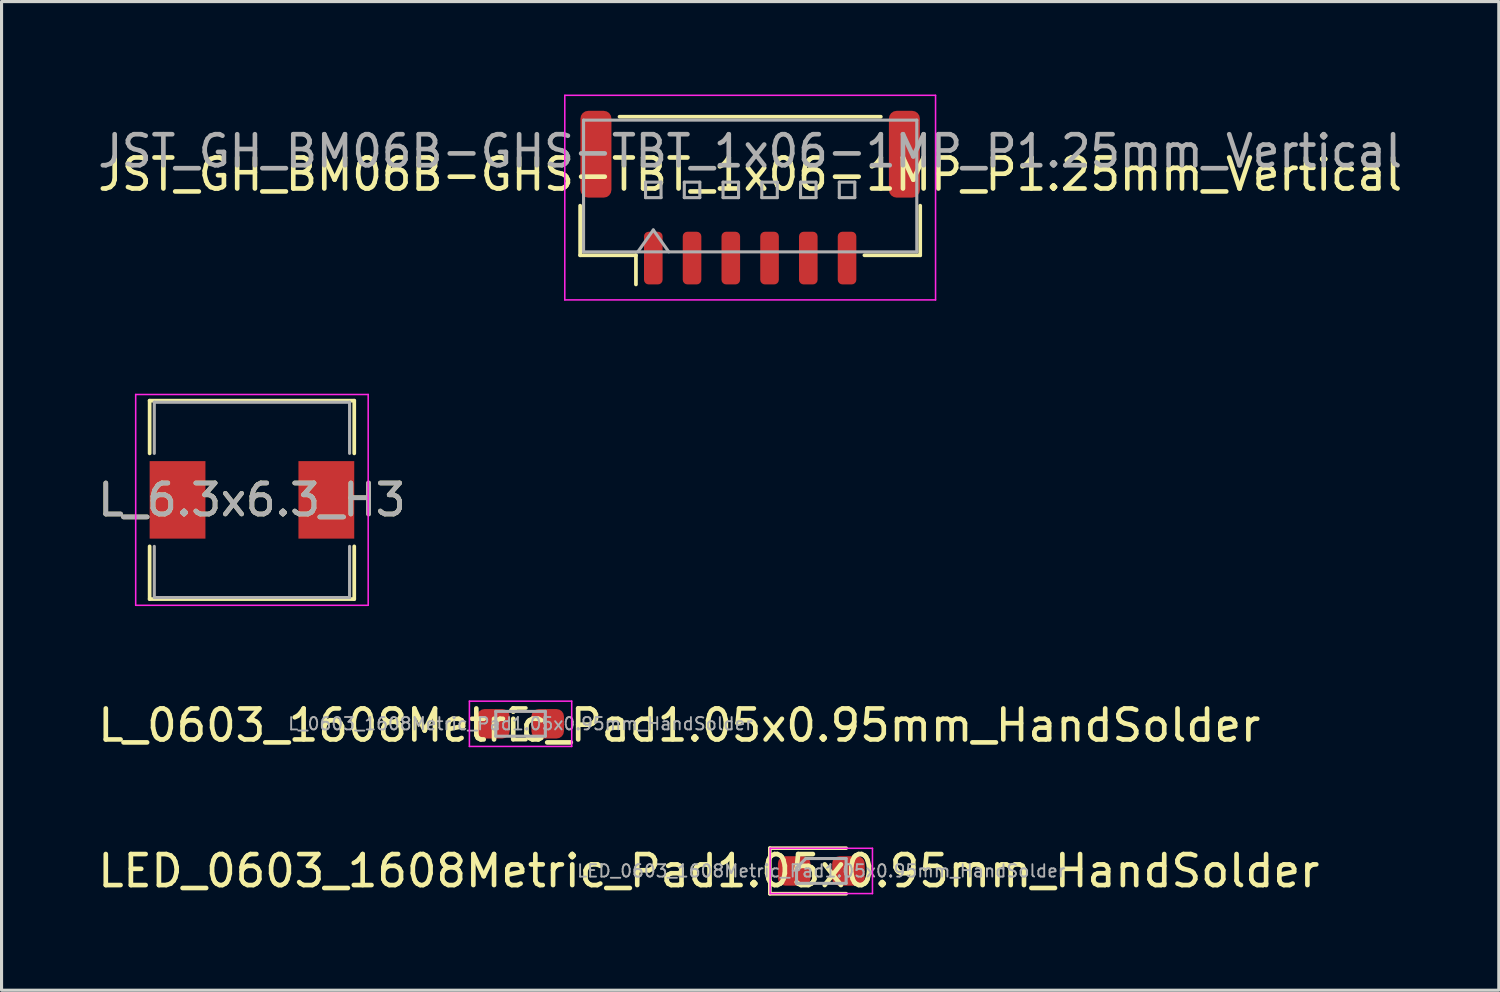
<source format=kicad_pcb>
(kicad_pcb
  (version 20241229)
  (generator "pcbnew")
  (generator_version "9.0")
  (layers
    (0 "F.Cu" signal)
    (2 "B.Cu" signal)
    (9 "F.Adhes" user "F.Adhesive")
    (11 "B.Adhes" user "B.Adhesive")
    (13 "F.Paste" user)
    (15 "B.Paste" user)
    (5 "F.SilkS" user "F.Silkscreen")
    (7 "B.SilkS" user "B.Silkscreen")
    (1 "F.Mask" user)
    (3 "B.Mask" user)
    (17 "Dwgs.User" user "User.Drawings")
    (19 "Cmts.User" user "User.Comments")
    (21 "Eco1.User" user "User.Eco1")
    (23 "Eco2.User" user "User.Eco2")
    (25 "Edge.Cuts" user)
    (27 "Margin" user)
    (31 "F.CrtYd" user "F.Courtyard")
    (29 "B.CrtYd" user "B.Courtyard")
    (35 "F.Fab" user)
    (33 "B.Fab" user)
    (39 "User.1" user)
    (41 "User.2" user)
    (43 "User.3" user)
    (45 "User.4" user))
  (footprint "JST_GH_BM06B-GHS-TBT_1x06-1MP_P1.25mm_Vertical"
    (layer "F.Cu")
    (at 21.149 3.325)
    (property "Reference" "JST_GH_BM06B-GHS-TBT_1x06-1MP_P1.25mm_Vertical" (at 0 -0.75 180) (layer "F.SilkS") (effects (font (size 1 1) (thickness 0.15))))
    (attr smd)
    (fp_line (start -5.485 0.26) (end -5.485 1.86) (stroke (width 0.12) (type solid)) (layer "F.SilkS"))
    (fp_line (start -5.485 1.86) (end -3.685 1.86) (stroke (width 0.12) (type solid)) (layer "F.SilkS"))
    (fp_line (start -4.215 -2.61) (end 4.215 -2.61) (stroke (width 0.12) (type solid)) (layer "F.SilkS"))
    (fp_line (start -3.685 1.86) (end -3.685 2.8) (stroke (width 0.12) (type solid)) (layer "F.SilkS"))
    (fp_line (start 5.485 0.26) (end 5.485 1.86) (stroke (width 0.12) (type solid)) (layer "F.SilkS"))
    (fp_line (start 5.485 1.86) (end 3.685 1.86) (stroke (width 0.12) (type solid)) (layer "F.SilkS"))
    (fp_line (start -5.98 -3.3) (end -5.98 3.3) (stroke (width 0.05) (type solid)) (layer "F.CrtYd"))
    (fp_line (start -5.98 3.3) (end 5.98 3.3) (stroke (width 0.05) (type solid)) (layer "F.CrtYd"))
    (fp_line (start 5.98 -3.3) (end -5.98 -3.3) (stroke (width 0.05) (type solid)) (layer "F.CrtYd"))
    (fp_line (start 5.98 3.3) (end 5.98 -3.3) (stroke (width 0.05) (type solid)) (layer "F.CrtYd"))
    (fp_line (start -5.375 -2.5) (end 5.375 -2.5) (stroke (width 0.1) (type solid)) (layer "F.Fab"))
    (fp_line (start -5.375 1.75) (end -5.375 -2.5) (stroke (width 0.1) (type solid)) (layer "F.Fab"))
    (fp_line (start -5.375 1.75) (end 5.375 1.75) (stroke (width 0.1) (type solid)) (layer "F.Fab"))
    (fp_line (start -3.625 1.75) (end -3.125 1.043) (stroke (width 0.1) (type solid)) (layer "F.Fab"))
    (fp_line (start -3.375 -0.5) (end -3.375 0) (stroke (width 0.1) (type solid)) (layer "F.Fab"))
    (fp_line (start -3.375 0) (end -2.875 0) (stroke (width 0.1) (type solid)) (layer "F.Fab"))
    (fp_line (start -3.125 1.043) (end -2.625 1.75) (stroke (width 0.1) (type solid)) (layer "F.Fab"))
    (fp_line (start -2.875 -0.5) (end -3.375 -0.5) (stroke (width 0.1) (type solid)) (layer "F.Fab"))
    (fp_line (start -2.875 0) (end -2.875 -0.5) (stroke (width 0.1) (type solid)) (layer "F.Fab"))
    (fp_line (start -2.125 -0.5) (end -2.125 0) (stroke (width 0.1) (type solid)) (layer "F.Fab"))
    (fp_line (start -2.125 0) (end -1.625 0) (stroke (width 0.1) (type solid)) (layer "F.Fab"))
    (fp_line (start -1.625 -0.5) (end -2.125 -0.5) (stroke (width 0.1) (type solid)) (layer "F.Fab"))
    (fp_line (start -1.625 0) (end -1.625 -0.5) (stroke (width 0.1) (type solid)) (layer "F.Fab"))
    (fp_line (start -0.875 -0.5) (end -0.875 0) (stroke (width 0.1) (type solid)) (layer "F.Fab"))
    (fp_line (start -0.875 0) (end -0.375 0) (stroke (width 0.1) (type solid)) (layer "F.Fab"))
    (fp_line (start -0.375 -0.5) (end -0.875 -0.5) (stroke (width 0.1) (type solid)) (layer "F.Fab"))
    (fp_line (start -0.375 0) (end -0.375 -0.5) (stroke (width 0.1) (type solid)) (layer "F.Fab"))
    (fp_line (start 0.375 -0.5) (end 0.375 0) (stroke (width 0.1) (type solid)) (layer "F.Fab"))
    (fp_line (start 0.375 0) (end 0.875 0) (stroke (width 0.1) (type solid)) (layer "F.Fab"))
    (fp_line (start 0.875 -0.5) (end 0.375 -0.5) (stroke (width 0.1) (type solid)) (layer "F.Fab"))
    (fp_line (start 0.875 0) (end 0.875 -0.5) (stroke (width 0.1) (type solid)) (layer "F.Fab"))
    (fp_line (start 1.625 -0.5) (end 1.625 0) (stroke (width 0.1) (type solid)) (layer "F.Fab"))
    (fp_line (start 1.625 0) (end 2.125 0) (stroke (width 0.1) (type solid)) (layer "F.Fab"))
    (fp_line (start 2.125 -0.5) (end 1.625 -0.5) (stroke (width 0.1) (type solid)) (layer "F.Fab"))
    (fp_line (start 2.125 0) (end 2.125 -0.5) (stroke (width 0.1) (type solid)) (layer "F.Fab"))
    (fp_line (start 2.875 -0.5) (end 2.875 0) (stroke (width 0.1) (type solid)) (layer "F.Fab"))
    (fp_line (start 2.875 0) (end 3.375 0) (stroke (width 0.1) (type solid)) (layer "F.Fab"))
    (fp_line (start 3.375 -0.5) (end 2.875 -0.5) (stroke (width 0.1) (type solid)) (layer "F.Fab"))
    (fp_line (start 3.375 0) (end 3.375 -0.5) (stroke (width 0.1) (type solid)) (layer "F.Fab"))
    (fp_line (start 5.375 1.75) (end 5.375 -2.5) (stroke (width 0.1) (type solid)) (layer "F.Fab"))
    (fp_text user "${REFERENCE}" (at 0 -1.5 180) (layer "F.Fab") (effects (font (size 1 1) (thickness 0.15))))
    (pad "1" smd roundrect (at -3.125 1.95) (size 0.6 1.7) (layers "F.Cu" "F.Mask" "F.Paste") (roundrect_rratio 0.25))
    (pad "2" smd roundrect (at -1.875 1.95) (size 0.6 1.7) (layers "F.Cu" "F.Mask" "F.Paste") (roundrect_rratio 0.25))
    (pad "3" smd roundrect (at -0.625 1.95) (size 0.6 1.7) (layers "F.Cu" "F.Mask" "F.Paste") (roundrect_rratio 0.25))
    (pad "4" smd roundrect (at 0.625 1.95) (size 0.6 1.7) (layers "F.Cu" "F.Mask" "F.Paste") (roundrect_rratio 0.25))
    (pad "5" smd roundrect (at 1.875 1.95) (size 0.6 1.7) (layers "F.Cu" "F.Mask" "F.Paste") (roundrect_rratio 0.25))
    (pad "6" smd roundrect (at 3.125 1.95) (size 0.6 1.7) (layers "F.Cu" "F.Mask" "F.Paste") (roundrect_rratio 0.25))
    (pad "MP" smd roundrect (at -4.975 -1.4) (size 1 2.8) (layers "F.Cu" "F.Mask" "F.Paste") (roundrect_rratio 0.25))
    (pad "MP" smd roundrect (at 4.975 -1.4) (size 1 2.8) (layers "F.Cu" "F.Mask" "F.Paste") (roundrect_rratio 0.25)))
  (footprint "L_0603_1608Metric_Pad1.05x0.95mm_HandSolder"
    (layer "F.Cu")
    (at 13.742 20.298)
    (property "Reference" "L_0603_1608Metric_Pad1.05x0.95mm_HandSolder" (at 5.121 0.05 0) (layer "F.SilkS") (effects (font (size 1 1) (thickness 0.15))))
    (attr smd allow_missing_courtyard)
    (fp_line (start -0.171 -0.51) (end 0.171 -0.51) (stroke (width 0.12) (type solid)) (layer "F.SilkS"))
    (fp_line (start -0.171 0.51) (end 0.171 0.51) (stroke (width 0.12) (type solid)) (layer "F.SilkS"))
    (fp_line (start -1.65 -0.73) (end 1.65 -0.73) (stroke (width 0.05) (type solid)) (layer "F.CrtYd"))
    (fp_line (start -1.65 0.73) (end -1.65 -0.73) (stroke (width 0.05) (type solid)) (layer "F.CrtYd"))
    (fp_line (start 1.65 -0.73) (end 1.65 0.73) (stroke (width 0.05) (type solid)) (layer "F.CrtYd"))
    (fp_line (start 1.65 0.73) (end -1.65 0.73) (stroke (width 0.05) (type solid)) (layer "F.CrtYd"))
    (fp_line (start -0.8 -0.4) (end 0.8 -0.4) (stroke (width 0.1) (type solid)) (layer "F.Fab"))
    (fp_line (start -0.8 0.4) (end -0.8 -0.4) (stroke (width 0.1) (type solid)) (layer "F.Fab"))
    (fp_line (start 0.8 -0.4) (end 0.8 0.4) (stroke (width 0.1) (type solid)) (layer "F.Fab"))
    (fp_line (start 0.8 0.4) (end -0.8 0.4) (stroke (width 0.1) (type solid)) (layer "F.Fab"))
    (fp_text user "${REFERENCE}" (at 0 0 0) (layer "F.Fab") (effects (font (size 0.4 0.4) (thickness 0.06))))
    (pad "1" smd roundrect (at -0.875 0) (size 1.05 0.95) (layers "F.Cu" "F.Mask" "F.Paste") (roundrect_rratio 0.25))
    (pad "2" smd roundrect (at 0.875 0) (size 1.05 0.95) (layers "F.Cu" "F.Mask" "F.Paste") (roundrect_rratio 0.25)))
  (footprint "L_6.3x6.3_H3"
    (layer "F.Cu")
    (at 5.077 13.075)
    (property "Reference" "L_6.3x6.3_H3" (at 0 0 0) (layer "F.SilkS") (effects (font (size 1 1) (thickness 0.15))))
    (attr smd allow_missing_courtyard)
    (fp_line (start -3.3 -3.2) (end 3.3 -3.2) (stroke (width 0.12) (type solid)) (layer "F.SilkS"))
    (fp_line (start -3.3 -1.5) (end -3.3 -3.2) (stroke (width 0.12) (type solid)) (layer "F.SilkS"))
    (fp_line (start -3.3 3.2) (end -3.3 1.5) (stroke (width 0.12) (type solid)) (layer "F.SilkS"))
    (fp_line (start 3.3 -3.2) (end 3.3 -1.5) (stroke (width 0.12) (type solid)) (layer "F.SilkS"))
    (fp_line (start 3.3 1.5) (end 3.3 3.2) (stroke (width 0.12) (type solid)) (layer "F.SilkS"))
    (fp_line (start 3.3 3.2) (end -3.3 3.2) (stroke (width 0.12) (type solid)) (layer "F.SilkS"))
    (fp_line (start -3.75 -3.4) (end -3.75 3.4) (stroke (width 0.05) (type solid)) (layer "F.CrtYd"))
    (fp_line (start -3.75 3.4) (end 3.75 3.4) (stroke (width 0.05) (type solid)) (layer "F.CrtYd"))
    (fp_line (start 3.75 -3.4) (end -3.75 -3.4) (stroke (width 0.05) (type solid)) (layer "F.CrtYd"))
    (fp_line (start 3.75 3.4) (end 3.75 -3.4) (stroke (width 0.05) (type solid)) (layer "F.CrtYd"))
    (fp_line (start -3.15 -3.15) (end -3.15 -1.5) (stroke (width 0.1) (type solid)) (layer "F.Fab"))
    (fp_line (start -3.15 -3.15) (end 3.15 -3.15) (stroke (width 0.1) (type solid)) (layer "F.Fab"))
    (fp_line (start -3.15 3.15) (end -3.15 1.5) (stroke (width 0.1) (type solid)) (layer "F.Fab"))
    (fp_line (start -3.15 3.15) (end 3.15 3.15) (stroke (width 0.1) (type solid)) (layer "F.Fab"))
    (fp_line (start 3.15 -3.15) (end 3.15 -1.5) (stroke (width 0.1) (type solid)) (layer "F.Fab"))
    (fp_line (start 3.15 3.15) (end 3.15 1.5) (stroke (width 0.1) (type solid)) (layer "F.Fab"))
    (fp_text user "${REFERENCE}" (at 0 0 0) (layer "F.Fab") (effects (font (size 1 1) (thickness 0.15))))
    (pad "1" smd rect (at -2.4 0) (size 1.8 2.5) (layers "F.Cu" "F.Mask" "F.Paste"))
    (pad "2" smd rect (at 2.4 0) (size 1.8 2.5) (layers "F.Cu" "F.Mask" "F.Paste")))
  (footprint "LED_0603_1608Metric_Pad1.05x0.95mm_HandSolder"
    (layer "F.Cu")
    (at 23.444 25.045)
    (property "Reference" "LED_0603_1608Metric_Pad1.05x0.95mm_HandSolder" (at -3.629 0 0) (layer "F.SilkS") (effects (font (size 1 1) (thickness 0.15))))
    (attr smd)
    (fp_line (start -1.66 -0.735) (end -1.66 0.735) (stroke (width 0.12) (type solid)) (layer "F.SilkS"))
    (fp_line (start -1.66 0.735) (end 0.8 0.735) (stroke (width 0.12) (type solid)) (layer "F.SilkS"))
    (fp_line (start 0.8 -0.735) (end -1.66 -0.735) (stroke (width 0.12) (type solid)) (layer "F.SilkS"))
    (fp_line (start -1.65 -0.73) (end 1.65 -0.73) (stroke (width 0.05) (type solid)) (layer "F.CrtYd"))
    (fp_line (start -1.65 0.73) (end -1.65 -0.73) (stroke (width 0.05) (type solid)) (layer "F.CrtYd"))
    (fp_line (start 1.65 -0.73) (end 1.65 0.73) (stroke (width 0.05) (type solid)) (layer "F.CrtYd"))
    (fp_line (start 1.65 0.73) (end -1.65 0.73) (stroke (width 0.05) (type solid)) (layer "F.CrtYd"))
    (fp_line (start -0.8 -0.1) (end -0.8 0.4) (stroke (width 0.1) (type solid)) (layer "F.Fab"))
    (fp_line (start -0.8 0.4) (end 0.8 0.4) (stroke (width 0.1) (type solid)) (layer "F.Fab"))
    (fp_line (start -0.5 -0.4) (end -0.8 -0.1) (stroke (width 0.1) (type solid)) (layer "F.Fab"))
    (fp_line (start 0.8 -0.4) (end -0.5 -0.4) (stroke (width 0.1) (type solid)) (layer "F.Fab"))
    (fp_line (start 0.8 0.4) (end 0.8 -0.4) (stroke (width 0.1) (type solid)) (layer "F.Fab"))
    (fp_text user "${REFERENCE}" (at 0 0 0) (layer "F.Fab") (effects (font (size 0.4 0.4) (thickness 0.06))))
    (pad "1" smd roundrect (at -0.875 0) (size 1.05 0.95) (layers "F.Cu" "F.Mask" "F.Paste") (roundrect_rratio 0.25))
    (pad "2" smd roundrect (at 0.875 0) (size 1.05 0.95) (layers "F.Cu" "F.Mask" "F.Paste") (roundrect_rratio 0.25)))
  (gr_rect
    (start -3 -3)
    (end 45.298 28.893)
    (stroke (width 0.1) (type default))
    (fill no)
    (layer "Edge.Cuts")))
</source>
